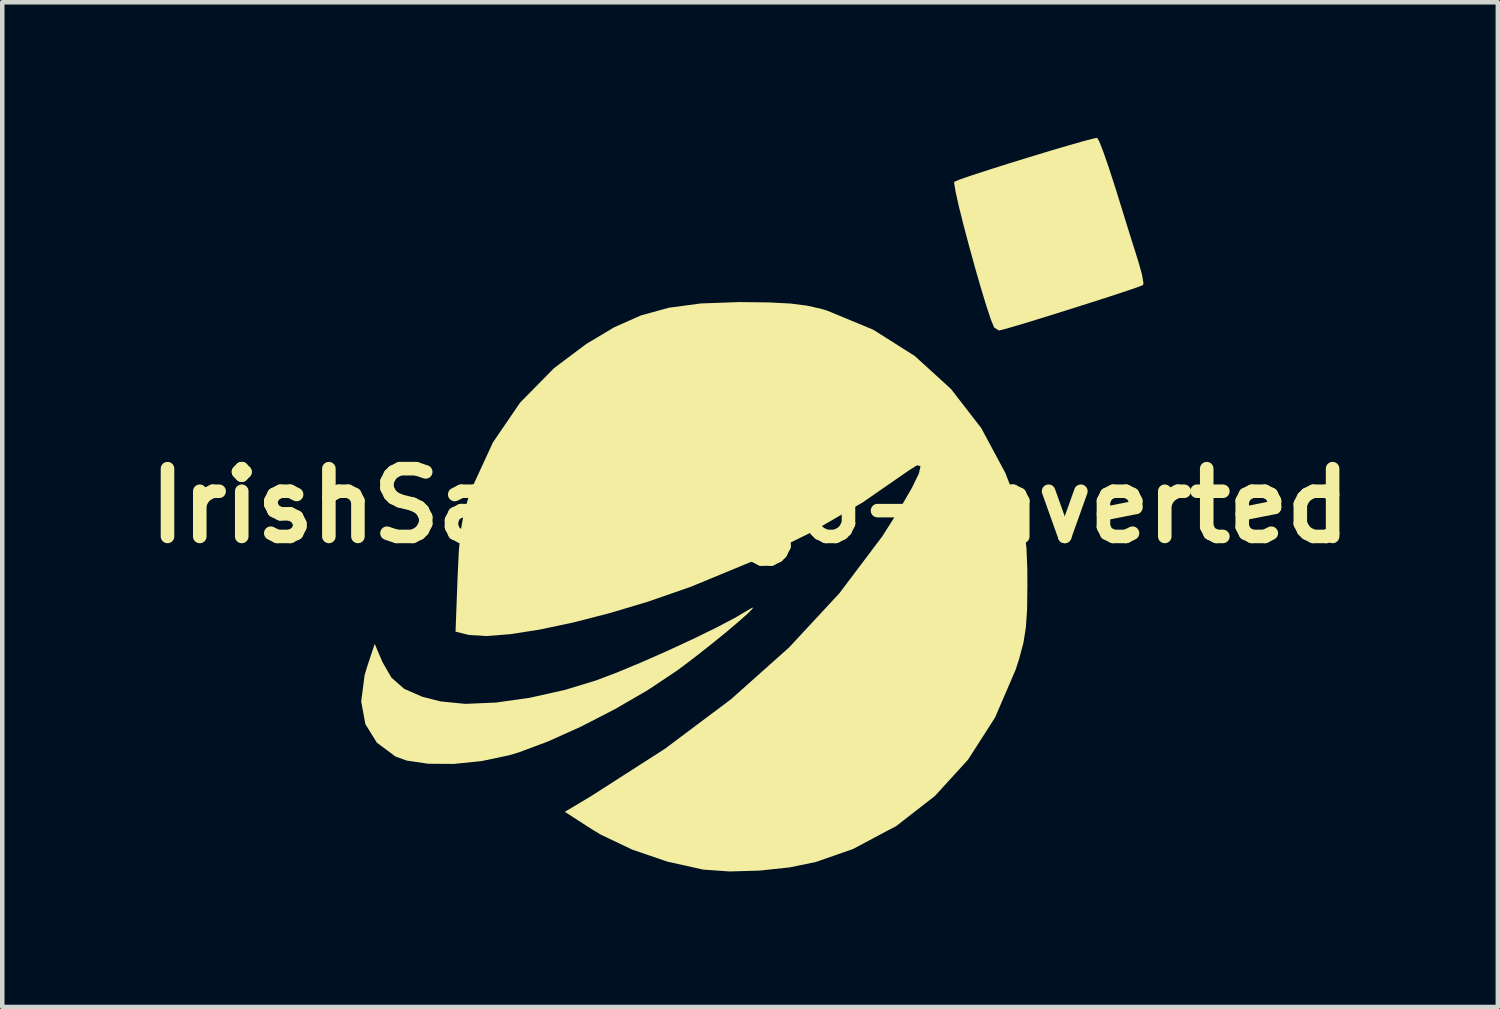
<source format=kicad_pcb>
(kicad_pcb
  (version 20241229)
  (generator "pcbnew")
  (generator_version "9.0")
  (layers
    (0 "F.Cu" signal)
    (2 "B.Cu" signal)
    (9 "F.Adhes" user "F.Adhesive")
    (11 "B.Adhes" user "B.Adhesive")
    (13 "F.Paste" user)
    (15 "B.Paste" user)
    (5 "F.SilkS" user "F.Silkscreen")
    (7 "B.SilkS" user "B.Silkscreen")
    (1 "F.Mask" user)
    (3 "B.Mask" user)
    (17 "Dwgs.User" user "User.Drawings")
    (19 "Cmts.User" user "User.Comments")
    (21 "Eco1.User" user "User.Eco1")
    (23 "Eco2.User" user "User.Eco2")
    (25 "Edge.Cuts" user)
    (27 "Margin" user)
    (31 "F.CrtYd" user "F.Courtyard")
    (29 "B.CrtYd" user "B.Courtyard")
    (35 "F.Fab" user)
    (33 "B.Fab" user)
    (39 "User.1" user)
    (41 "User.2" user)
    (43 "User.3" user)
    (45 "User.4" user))
  (footprint "IrishSat-Logo-inverted"
    (layer "F.Cu")
    (at 13.55 8.144)
    (property "Reference" "IrishSat-Logo-inverted" (at 0 0 0) (layer "F.SilkS") (effects (font (size 1.5 1.5) (thickness 0.3))))
    (attr board_only exclude_from_pos_files exclude_from_bom)
    (fp_poly (pts (xy 0.056 2.276) (xy -0.054 2.387) (xy -0.251 2.562) (xy -0.512 2.783) (xy -0.816 3.031) (xy -1.14 3.287) (xy -1.463 3.534) (xy -1.634 3.66) (xy -2.268 4.082) (xy -2.989 4.5) (xy -3.743 4.888) (xy -4.474 5.217) (xy -5.128 5.461) (xy -5.33 5.521) (xy -5.94 5.65) (xy -6.556 5.713) (xy -7.127 5.709) (xy -7.602 5.638) (xy -7.846 5.55) (xy -8.259 5.243) (xy -8.514 4.832) (xy -8.606 4.33) (xy -8.531 3.752) (xy -8.479 3.575) (xy -8.307 3.056) (xy -8.135 3.46) (xy -7.937 3.803) (xy -7.658 4.049) (xy -7.256 4.226) (xy -6.847 4.33) (xy -6.3 4.384) (xy -5.627 4.355) (xy -4.875 4.249) (xy -4.09 4.073) (xy -3.411 3.866) (xy -2.959 3.695) (xy -2.422 3.472) (xy -1.843 3.217) (xy -1.27 2.952) (xy -0.748 2.697) (xy -0.322 2.473) (xy -0.069 2.323) (xy 0.059 2.249)) (stroke (width 0) (type solid)) (fill yes) (layer "F.SilkS"))
    (fp_poly (pts (xy 7.732 -8.057) (xy 7.824 -7.819) (xy 7.946 -7.467) (xy 8.085 -7.036) (xy 8.095 -7.004) (xy 8.248 -6.511) (xy 8.395 -6.037) (xy 8.52 -5.64) (xy 8.596 -5.398) (xy 8.673 -5.124) (xy 8.706 -4.934) (xy 8.7 -4.887) (xy 8.599 -4.846) (xy 8.349 -4.76) (xy 7.989 -4.641) (xy 7.556 -4.502) (xy 7.086 -4.353) (xy 6.618 -4.206) (xy 6.188 -4.073) (xy 5.834 -3.967) (xy 5.594 -3.899) (xy 5.507 -3.879) (xy 5.403 -3.946) (xy 5.4 -3.951) (xy 5.33 -4.122) (xy 5.229 -4.426) (xy 5.108 -4.825) (xy 4.976 -5.283) (xy 4.844 -5.762) (xy 4.722 -6.224) (xy 4.62 -6.632) (xy 4.549 -6.949) (xy 4.518 -7.137) (xy 4.521 -7.171) (xy 4.631 -7.218) (xy 4.889 -7.307) (xy 5.257 -7.427) (xy 5.695 -7.566) (xy 6.167 -7.712) (xy 6.634 -7.854) (xy 7.058 -7.979) (xy 7.4 -8.076) (xy 7.622 -8.133) (xy 7.682 -8.144)) (stroke (width 0) (type solid)) (fill yes) (layer "F.SilkS"))
    (fp_poly (pts (xy 0.424 -4.501) (xy 0.897 -4.476) (xy 1.27 -4.428) (xy 1.593 -4.354) (xy 1.697 -4.323) (xy 2.726 -3.897) (xy 3.646 -3.315) (xy 4.446 -2.586) (xy 5.117 -1.72) (xy 5.65 -0.727) (xy 5.875 -0.145) (xy 5.997 0.241) (xy 6.075 0.582) (xy 6.118 0.942) (xy 6.136 1.389) (xy 6.138 1.745) (xy 6.132 2.28) (xy 6.105 2.687) (xy 6.05 3.033) (xy 5.957 3.383) (xy 5.875 3.635) (xy 5.423 4.685) (xy 4.825 5.618) (xy 4.092 6.422) (xy 3.238 7.086) (xy 2.275 7.598) (xy 1.454 7.884) (xy 0.875 8.003) (xy 0.21 8.074) (xy -0.451 8.093) (xy -1.023 8.053) (xy -1.05 8.049) (xy -1.828 7.876) (xy -2.604 7.611) (xy -3.296 7.282) (xy -3.511 7.153) (xy -4.099 6.773) (xy -3.528 6.432) (xy -1.883 5.377) (xy -0.421 4.281) (xy 0.863 3.136) (xy 1.976 1.937) (xy 2.925 0.678) (xy 3.318 0.06) (xy 3.585 -0.402) (xy 3.736 -0.713) (xy 3.773 -0.877) (xy 3.697 -0.897) (xy 3.514 -0.782) (xy 2.485 -0.07) (xy 1.308 0.611) (xy 0.028 1.239) (xy -1.31 1.792) (xy -2.268 2.125) (xy -3.112 2.377) (xy -3.919 2.584) (xy -4.661 2.741) (xy -5.31 2.842) (xy -5.838 2.883) (xy -6.218 2.859) (xy -6.256 2.851) (xy -6.518 2.785) (xy -6.472 1.562) (xy -6.445 0.995) (xy -6.405 0.563) (xy -6.343 0.208) (xy -6.249 -0.128) (xy -6.158 -0.388) (xy -5.691 -1.402) (xy -5.09 -2.282) (xy -4.34 -3.045) (xy -3.627 -3.58) (xy -3.011 -3.949) (xy -2.418 -4.212) (xy -1.795 -4.384) (xy -1.091 -4.478) (xy -0.254 -4.508) (xy -0.194 -4.508)) (stroke (width 0) (type solid)) (fill yes) (layer "F.SilkS")))
  (gr_rect
    (start -3 -3)
    (end 30.1 19.236)
    (stroke (width 0.1) (type default))
    (fill no)
    (layer "Edge.Cuts")))
</source>
